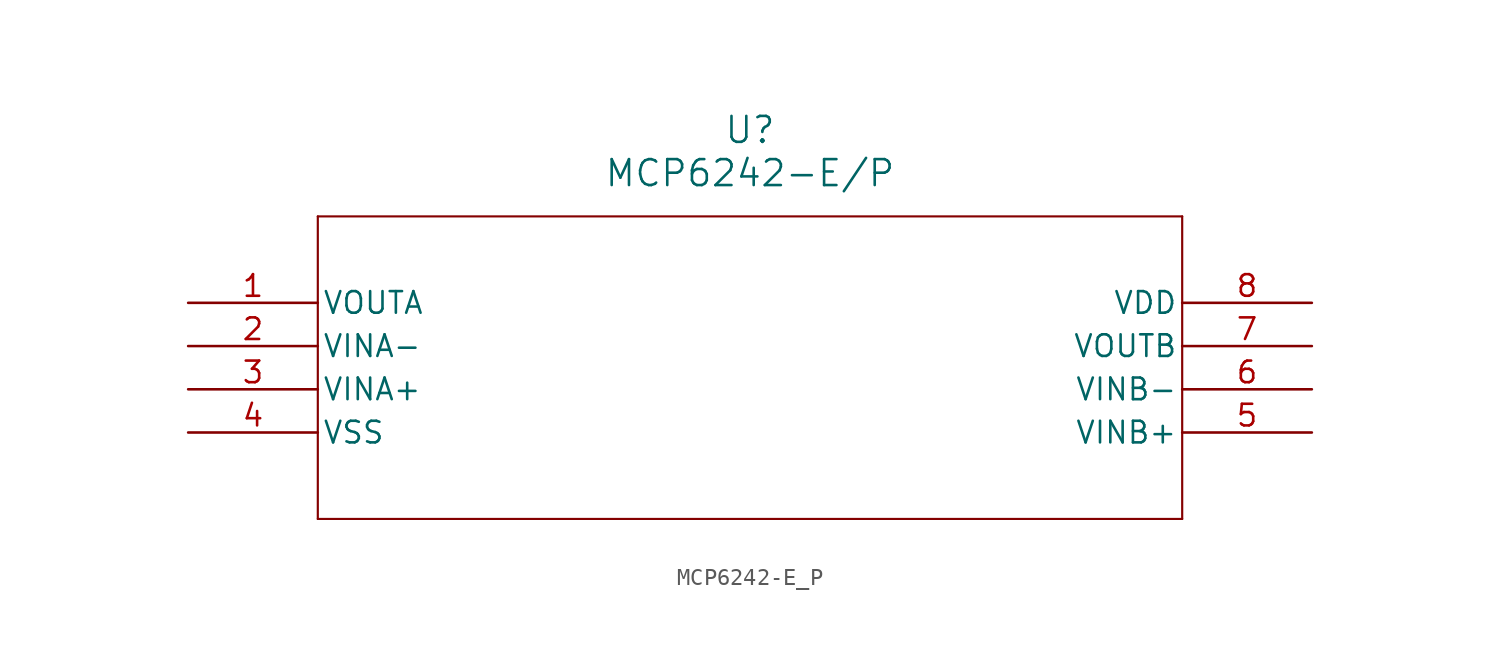
<source format=kicad_sym>
(kicad_symbol_lib
  (version 20220914)
  (generator kicad_symbol_editor)
  (symbol "MCP6242-E_P"
    (pin_names
      (offset 0.254))
    (property "Reference" "U"
      (at 33.02 10.16 0)
      (effects (font (size 1.524 1.524))))
    (property "Value" "MCP6242-E/P"
      (at 33.02 7.62 0)
      (effects (font (size 1.524 1.524))))
    (property "ki_locked" ""
      (at 0 0 0)
      (effects (font (size 1.27 1.27))))
    (symbol "MCP6242-E_P_0_1"
      (polyline (pts (xy 7.62 -12.7) (xy 58.42 -12.7)) (stroke (width 0.127) (type default)) (fill (type none)))
      (polyline (pts (xy 7.62 5.08) (xy 7.62 -12.7)) (stroke (width 0.127) (type default)) (fill (type none)))
      (polyline (pts (xy 58.42 -12.7) (xy 58.42 5.08)) (stroke (width 0.127) (type default)) (fill (type none)))
      (polyline (pts (xy 58.42 5.08) (xy 7.62 5.08)) (stroke (width 0.127) (type default)) (fill (type none)))
      (pin unspecified line (at 0 0 0) (length 7.62) (name "VOUTA" (effects (font (size 1.27 1.27)))) (number "1" (effects (font (size 1.27 1.27)))))
      (pin unspecified line (at 0 -2.54 0) (length 7.62) (name "VINA-" (effects (font (size 1.27 1.27)))) (number "2" (effects (font (size 1.27 1.27)))))
      (pin unspecified line (at 0 -5.08 0) (length 7.62) (name "VINA+" (effects (font (size 1.27 1.27)))) (number "3" (effects (font (size 1.27 1.27)))))
      (pin unspecified line (at 0 -7.62 0) (length 7.62) (name "VSS" (effects (font (size 1.27 1.27)))) (number "4" (effects (font (size 1.27 1.27)))))
      (pin unspecified line (at 66.04 -7.62 180) (length 7.62) (name "VINB+" (effects (font (size 1.27 1.27)))) (number "5" (effects (font (size 1.27 1.27)))))
      (pin unspecified line (at 66.04 -5.08 180) (length 7.62) (name "VINB-" (effects (font (size 1.27 1.27)))) (number "6" (effects (font (size 1.27 1.27)))))
      (pin unspecified line (at 66.04 -2.54 180) (length 7.62) (name "VOUTB" (effects (font (size 1.27 1.27)))) (number "7" (effects (font (size 1.27 1.27)))))
      (pin unspecified line (at 66.04 0 180) (length 7.62) (name "VDD" (effects (font (size 1.27 1.27)))) (number "8" (effects (font (size 1.27 1.27))))))))
</source>
